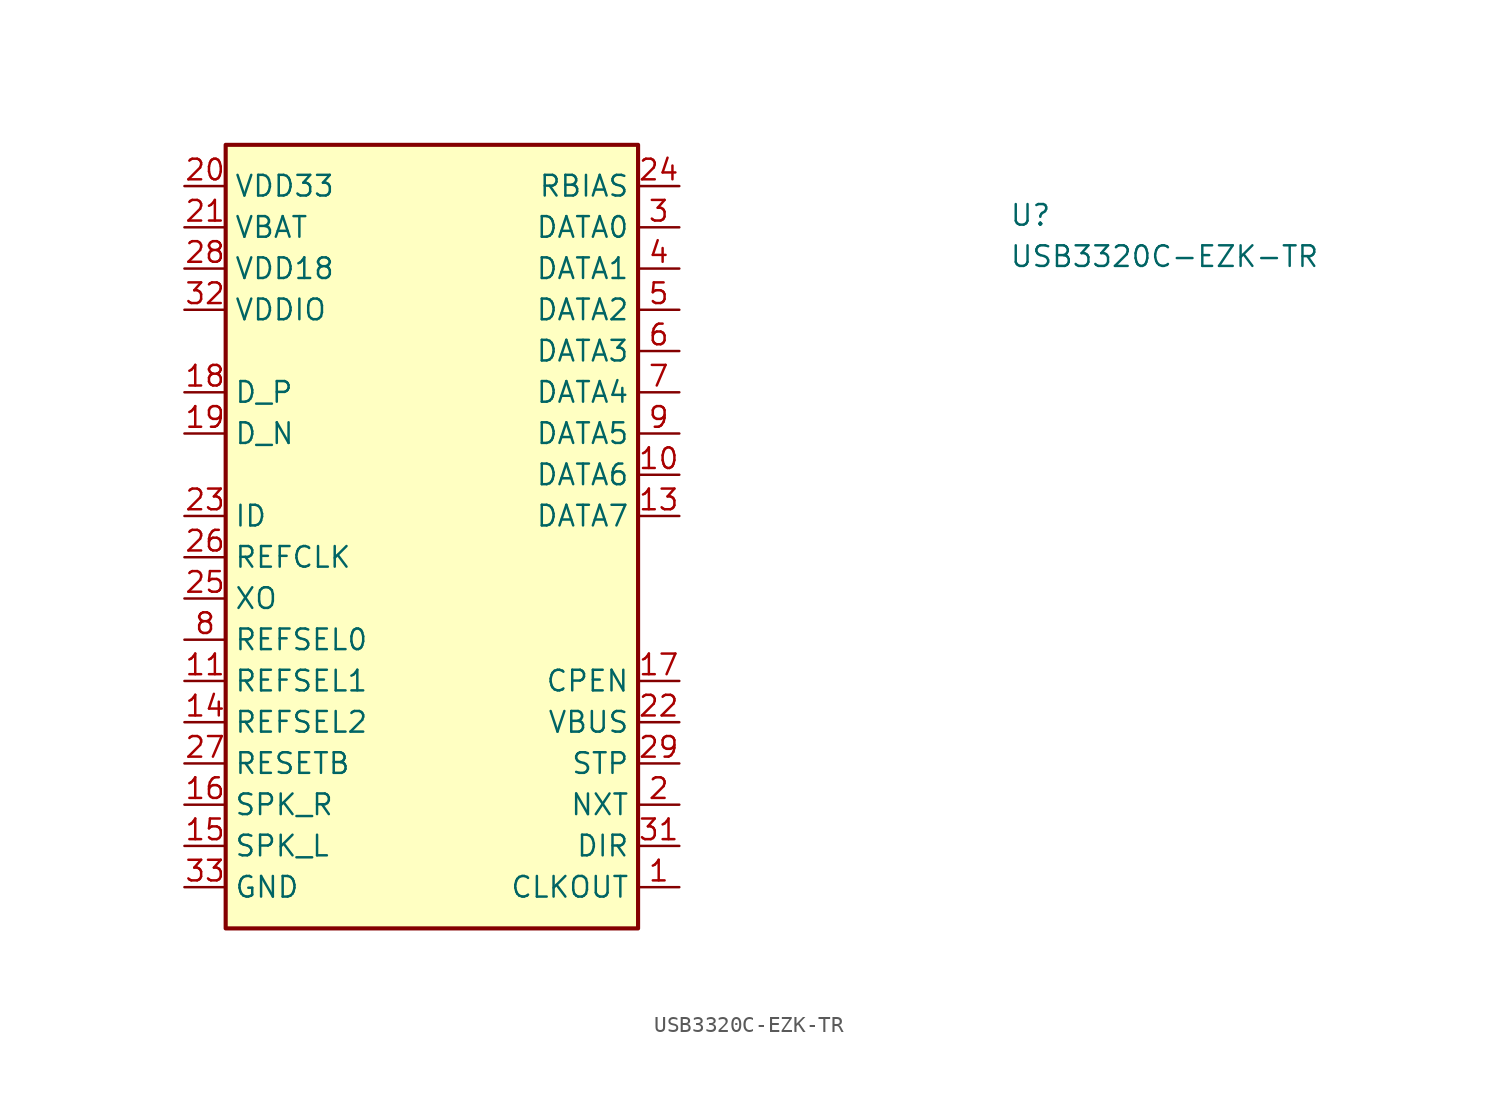
<source format=kicad_sym>
(kicad_symbol_lib
  (version 20211014)
  (generator kicad_symbol_editor)
  (symbol "USB3320C-EZK-TR"
    (property "Reference" "U"
      (at 50.8 -2.54 0)
      (effects (font (size 1.27 1.27) (thickness 0.15)) (justify left bottom)))
    (property "Value" "USB3320C-EZK-TR"
      (at 50.8 -5.08 0)
      (effects (font (size 1.27 1.27) (thickness 0.15)) (justify left bottom)))
    (symbol "USB3320C-EZK-TR_1_1"
      (rectangle (start 2.54 2.54) (end 27.94 -45.72) (stroke (width 0.254) (type default) (color 0 0 0 0)) (fill (type background)))
      (pin output line (at 30.48 -43.18 180) (length 2.54) (name "CLKOUT" (effects (font (size 1.27 1.27)))) (number "1" (effects (font (size 1.27 1.27)))))
      (pin bidirectional line (at 30.48 -17.78 180) (length 2.54) (name "DATA6" (effects (font (size 1.27 1.27)))) (number "10" (effects (font (size 1.27 1.27)))))
      (pin input line (at 0 -30.48 0) (length 2.54) (name "REFSEL1" (effects (font (size 1.27 1.27)))) (number "11" (effects (font (size 1.27 1.27)))))
      (pin no_connect line (at 27.94 -27.94 180) (length 2.54) hide (name "NC" (effects (font (size 1.27 1.27)))) (number "12" (effects (font (size 1.27 1.27)))))
      (pin bidirectional line (at 30.48 -20.32 180) (length 2.54) (name "DATA7" (effects (font (size 1.27 1.27)))) (number "13" (effects (font (size 1.27 1.27)))))
      (pin input line (at 0 -33.02 0) (length 2.54) (name "REFSEL2" (effects (font (size 1.27 1.27)))) (number "14" (effects (font (size 1.27 1.27)))))
      (pin bidirectional line (at 0 -40.64 0) (length 2.54) (name "SPK_L" (effects (font (size 1.27 1.27)))) (number "15" (effects (font (size 1.27 1.27)))))
      (pin bidirectional line (at 0 -38.1 0) (length 2.54) (name "SPK_R" (effects (font (size 1.27 1.27)))) (number "16" (effects (font (size 1.27 1.27)))))
      (pin output line (at 30.48 -30.48 180) (length 2.54) (name "CPEN" (effects (font (size 1.27 1.27)))) (number "17" (effects (font (size 1.27 1.27)))))
      (pin bidirectional line (at 0 -12.7 0) (length 2.54) (name "D_P" (effects (font (size 1.27 1.27)))) (number "18" (effects (font (size 1.27 1.27)))))
      (pin bidirectional line (at 0 -15.24 0) (length 2.54) (name "D_N" (effects (font (size 1.27 1.27)))) (number "19" (effects (font (size 1.27 1.27)))))
      (pin output line (at 30.48 -38.1 180) (length 2.54) (name "NXT" (effects (font (size 1.27 1.27)))) (number "2" (effects (font (size 1.27 1.27)))))
      (pin power_in line (at 0 0 0) (length 2.54) (name "VDD33" (effects (font (size 1.27 1.27)))) (number "20" (effects (font (size 1.27 1.27)))))
      (pin power_in line (at 0 -2.54 0) (length 2.54) (name "VBAT" (effects (font (size 1.27 1.27)))) (number "21" (effects (font (size 1.27 1.27)))))
      (pin bidirectional line (at 30.48 -33.02 180) (length 2.54) (name "VBUS" (effects (font (size 1.27 1.27)))) (number "22" (effects (font (size 1.27 1.27)))))
      (pin input line (at 0 -20.32 0) (length 2.54) (name "ID" (effects (font (size 1.27 1.27)))) (number "23" (effects (font (size 1.27 1.27)))))
      (pin passive line (at 30.48 0 180) (length 2.54) (name "RBIAS" (effects (font (size 1.27 1.27)))) (number "24" (effects (font (size 1.27 1.27)))))
      (pin output line (at 0 -25.4 0) (length 2.54) (name "XO" (effects (font (size 1.27 1.27)))) (number "25" (effects (font (size 1.27 1.27)))))
      (pin input line (at 0 -22.86 0) (length 2.54) (name "REFCLK" (effects (font (size 1.27 1.27)))) (number "26" (effects (font (size 1.27 1.27)))))
      (pin input line (at 0 -35.56 0) (length 2.54) (name "RESETB" (effects (font (size 1.27 1.27)))) (number "27" (effects (font (size 1.27 1.27)))))
      (pin power_in line (at 0 -5.08 0) (length 2.54) (name "VDD18" (effects (font (size 1.27 1.27)))) (number "28" (effects (font (size 1.27 1.27)))))
      (pin input line (at 30.48 -35.56 180) (length 2.54) (name "STP" (effects (font (size 1.27 1.27)))) (number "29" (effects (font (size 1.27 1.27)))))
      (pin bidirectional line (at 30.48 -2.54 180) (length 2.54) (name "DATA0" (effects (font (size 1.27 1.27)))) (number "3" (effects (font (size 1.27 1.27)))))
      (pin passive line (at 0 -5.08 0) (length 2.54) hide (name "VDD18" (effects (font (size 1.27 1.27)))) (number "30" (effects (font (size 1.27 1.27)))))
      (pin output line (at 30.48 -40.64 180) (length 2.54) (name "DIR" (effects (font (size 1.27 1.27)))) (number "31" (effects (font (size 1.27 1.27)))))
      (pin power_in line (at 0 -7.62 0) (length 2.54) (name "VDDIO" (effects (font (size 1.27 1.27)))) (number "32" (effects (font (size 1.27 1.27)))))
      (pin power_in line (at 0 -43.18 0) (length 2.54) (name "GND" (effects (font (size 1.27 1.27)))) (number "33" (effects (font (size 1.27 1.27)))))
      (pin bidirectional line (at 30.48 -5.08 180) (length 2.54) (name "DATA1" (effects (font (size 1.27 1.27)))) (number "4" (effects (font (size 1.27 1.27)))))
      (pin bidirectional line (at 30.48 -7.62 180) (length 2.54) (name "DATA2" (effects (font (size 1.27 1.27)))) (number "5" (effects (font (size 1.27 1.27)))))
      (pin bidirectional line (at 30.48 -10.16 180) (length 2.54) (name "DATA3" (effects (font (size 1.27 1.27)))) (number "6" (effects (font (size 1.27 1.27)))))
      (pin bidirectional line (at 30.48 -12.7 180) (length 2.54) (name "DATA4" (effects (font (size 1.27 1.27)))) (number "7" (effects (font (size 1.27 1.27)))))
      (pin input line (at 0 -27.94 0) (length 2.54) (name "REFSEL0" (effects (font (size 1.27 1.27)))) (number "8" (effects (font (size 1.27 1.27)))))
      (pin bidirectional line (at 30.48 -15.24 180) (length 2.54) (name "DATA5" (effects (font (size 1.27 1.27)))) (number "9" (effects (font (size 1.27 1.27))))))))
</source>
